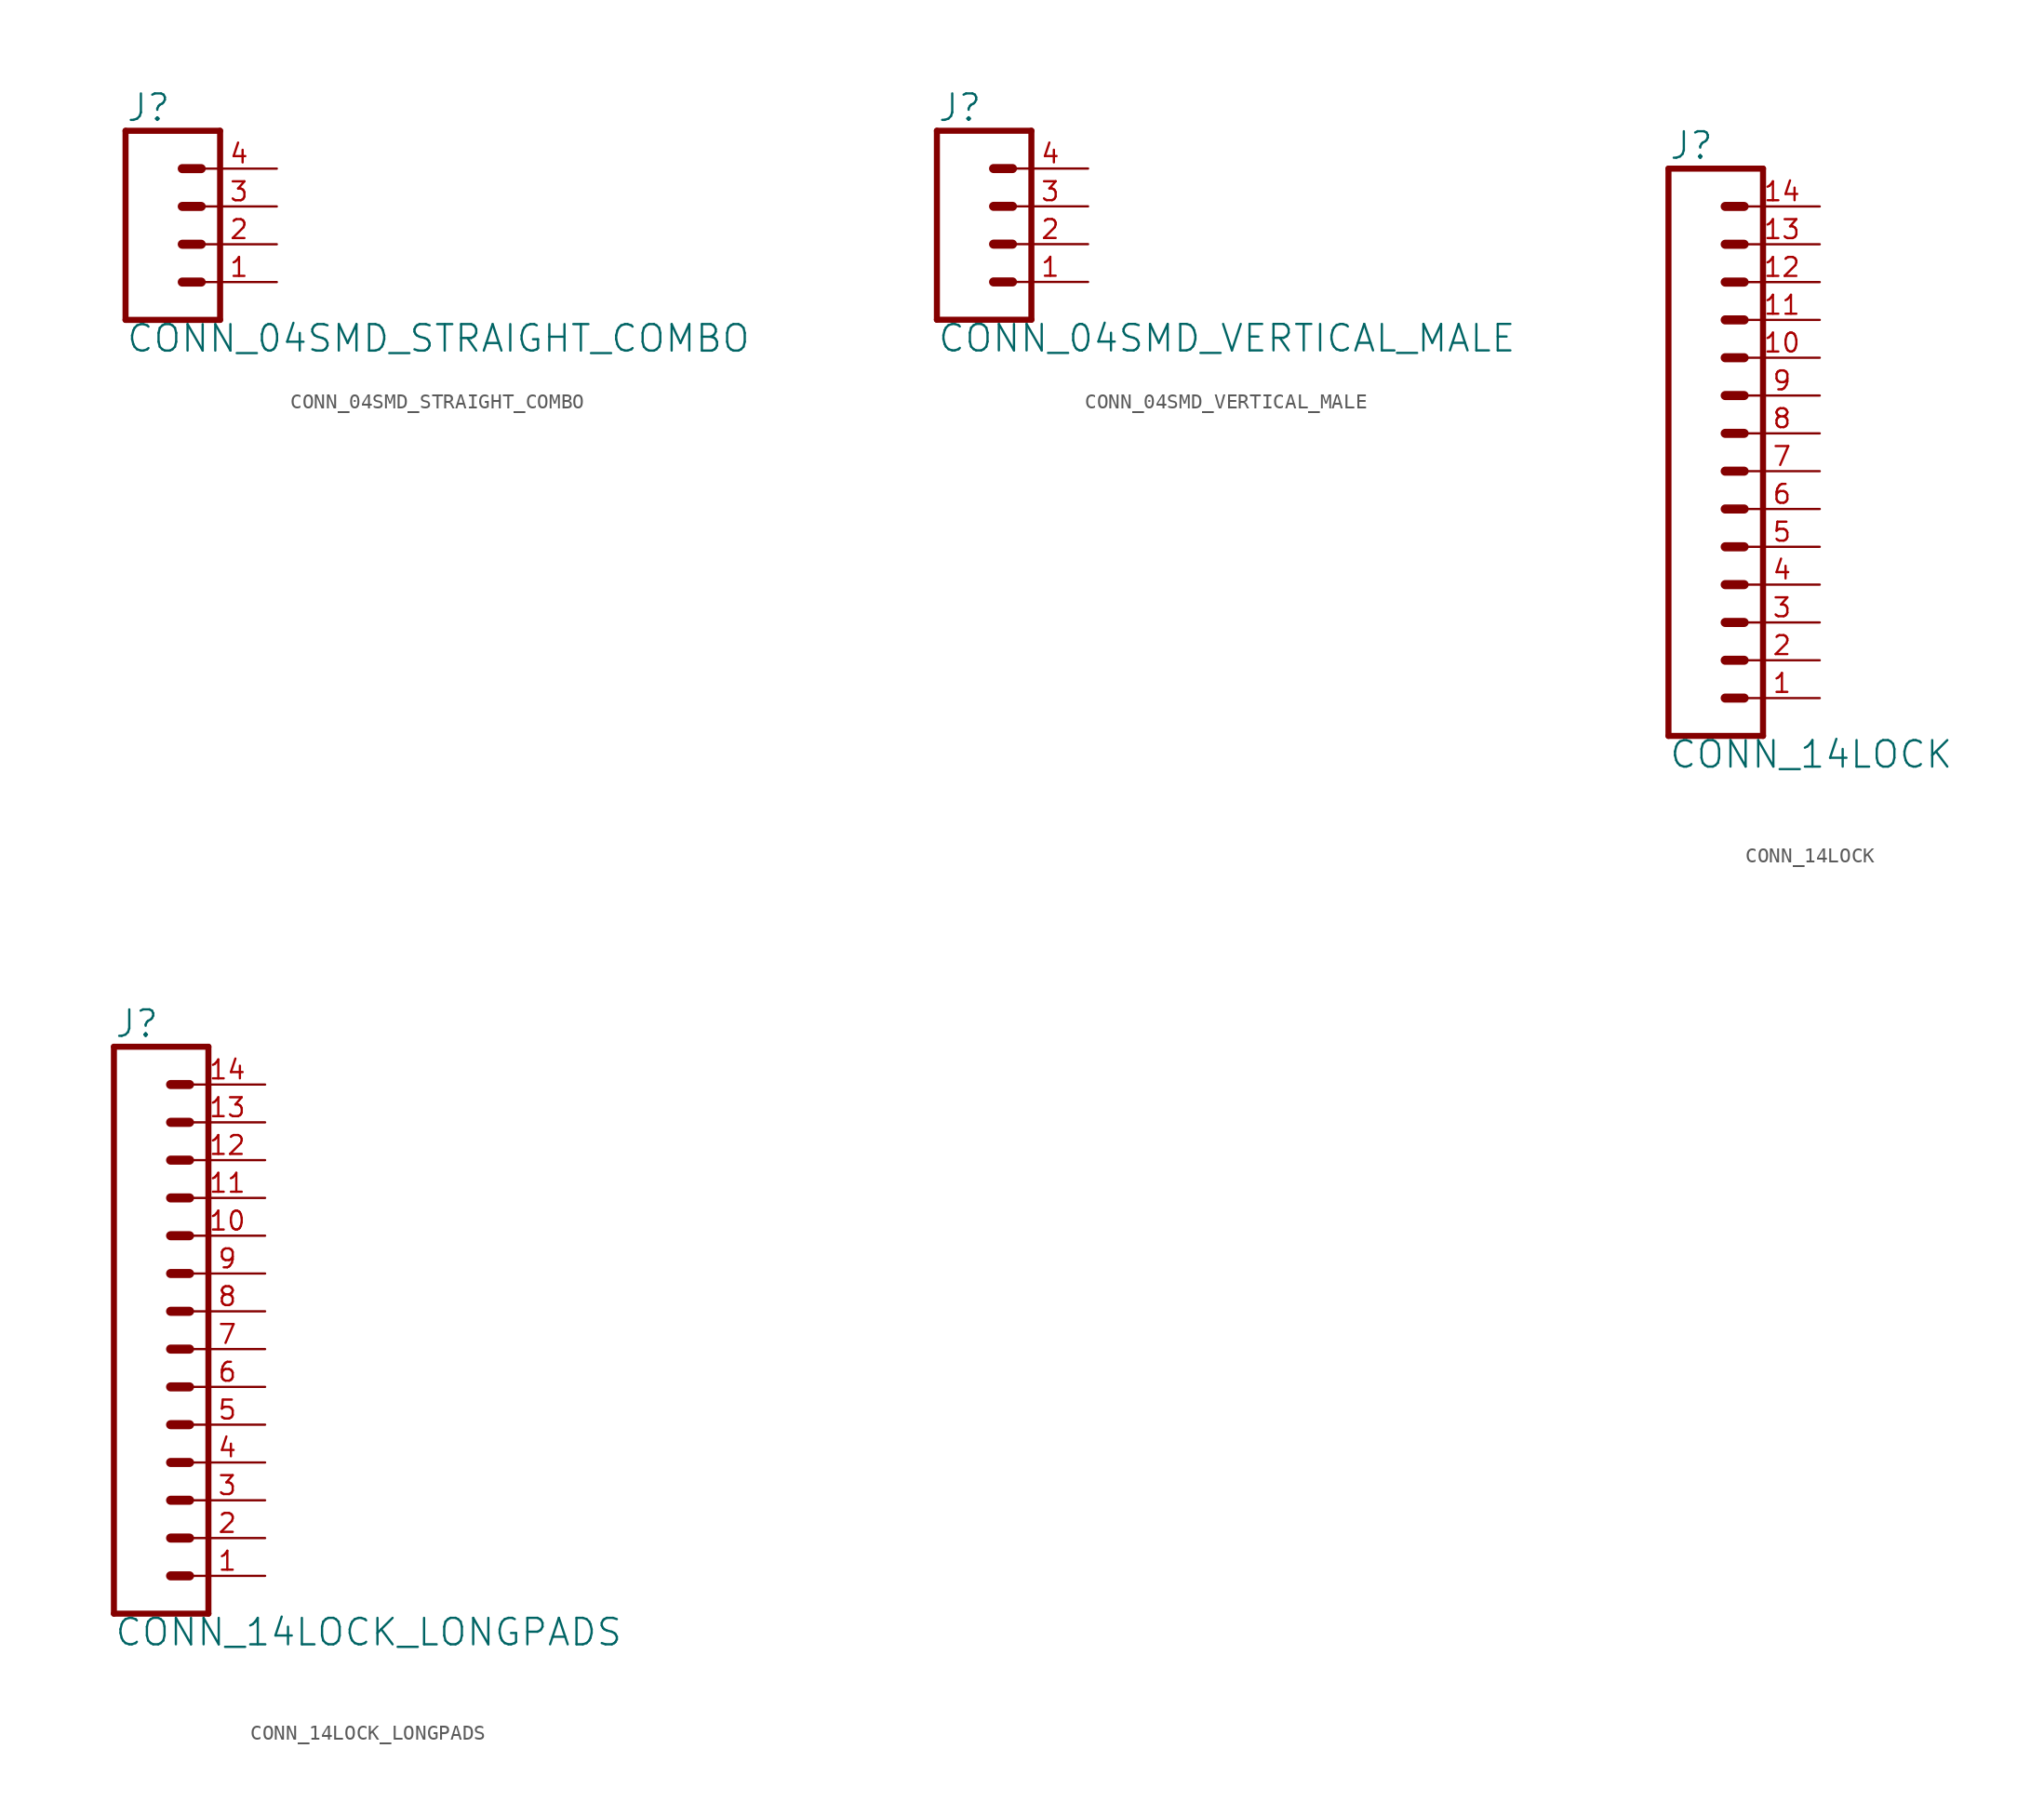
<source format=kicad_sym>
(kicad_symbol_lib
  (version 20211014)
  (generator kicad_symbol_editor)
  (symbol "CONN_04SMD_STRAIGHT_COMBO"
    (property "Reference" "J"
      (at -5.08 8.128 0)
      (effects (font (size 1.778 1.778)) (justify left bottom)))
    (property "Value" "CONN_04SMD_STRAIGHT_COMBO"
      (at -5.08 -7.366 0)
      (effects (font (size 1.778 1.778)) (justify left bottom)))
    (property "ki_locked" ""
      (at 0 0 0)
      (effects (font (size 1.27 1.27))))
    (symbol "CONN_04SMD_STRAIGHT_COMBO_1_0"
      (polyline (pts (xy -5.08 7.62) (xy -5.08 -5.08)) (stroke (width 0.406) (type default) (color 0 0 0 0)) (fill (type none)))
      (polyline (pts (xy -5.08 7.62) (xy 1.27 7.62)) (stroke (width 0.406) (type default) (color 0 0 0 0)) (fill (type none)))
      (polyline (pts (xy -1.27 -2.54) (xy 0 -2.54)) (stroke (width 0.61) (type default) (color 0 0 0 0)) (fill (type none)))
      (polyline (pts (xy -1.27 0) (xy 0 0)) (stroke (width 0.61) (type default) (color 0 0 0 0)) (fill (type none)))
      (polyline (pts (xy -1.27 2.54) (xy 0 2.54)) (stroke (width 0.61) (type default) (color 0 0 0 0)) (fill (type none)))
      (polyline (pts (xy -1.27 5.08) (xy 0 5.08)) (stroke (width 0.61) (type default) (color 0 0 0 0)) (fill (type none)))
      (polyline (pts (xy 1.27 -5.08) (xy -5.08 -5.08)) (stroke (width 0.406) (type default) (color 0 0 0 0)) (fill (type none)))
      (polyline (pts (xy 1.27 -5.08) (xy 1.27 7.62)) (stroke (width 0.406) (type default) (color 0 0 0 0)) (fill (type none)))
      (pin passive line (at 5.08 -2.54 180) (length 5.08) (name "1" (effects (font (size 0 0)))) (number "1" (effects (font (size 1.27 1.27)))))
      (pin passive line (at 5.08 0 180) (length 5.08) (name "2" (effects (font (size 0 0)))) (number "2" (effects (font (size 1.27 1.27)))))
      (pin passive line (at 5.08 2.54 180) (length 5.08) (name "3" (effects (font (size 0 0)))) (number "3" (effects (font (size 1.27 1.27)))))
      (pin passive line (at 5.08 5.08 180) (length 5.08) (name "4" (effects (font (size 0 0)))) (number "4" (effects (font (size 1.27 1.27)))))))
  (symbol "CONN_04SMD_VERTICAL_MALE"
    (property "Reference" "J"
      (at -5.08 8.128 0)
      (effects (font (size 1.778 1.778)) (justify left bottom)))
    (property "Value" "CONN_04SMD_VERTICAL_MALE"
      (at -5.08 -7.366 0)
      (effects (font (size 1.778 1.778)) (justify left bottom)))
    (property "ki_locked" ""
      (at 0 0 0)
      (effects (font (size 1.27 1.27))))
    (symbol "CONN_04SMD_VERTICAL_MALE_1_0"
      (polyline (pts (xy -5.08 7.62) (xy -5.08 -5.08)) (stroke (width 0.406) (type default) (color 0 0 0 0)) (fill (type none)))
      (polyline (pts (xy -5.08 7.62) (xy 1.27 7.62)) (stroke (width 0.406) (type default) (color 0 0 0 0)) (fill (type none)))
      (polyline (pts (xy -1.27 -2.54) (xy 0 -2.54)) (stroke (width 0.61) (type default) (color 0 0 0 0)) (fill (type none)))
      (polyline (pts (xy -1.27 0) (xy 0 0)) (stroke (width 0.61) (type default) (color 0 0 0 0)) (fill (type none)))
      (polyline (pts (xy -1.27 2.54) (xy 0 2.54)) (stroke (width 0.61) (type default) (color 0 0 0 0)) (fill (type none)))
      (polyline (pts (xy -1.27 5.08) (xy 0 5.08)) (stroke (width 0.61) (type default) (color 0 0 0 0)) (fill (type none)))
      (polyline (pts (xy 1.27 -5.08) (xy -5.08 -5.08)) (stroke (width 0.406) (type default) (color 0 0 0 0)) (fill (type none)))
      (polyline (pts (xy 1.27 -5.08) (xy 1.27 7.62)) (stroke (width 0.406) (type default) (color 0 0 0 0)) (fill (type none)))
      (pin passive line (at 5.08 -2.54 180) (length 5.08) (name "1" (effects (font (size 0 0)))) (number "1" (effects (font (size 1.27 1.27)))))
      (pin passive line (at 5.08 0 180) (length 5.08) (name "2" (effects (font (size 0 0)))) (number "2" (effects (font (size 1.27 1.27)))))
      (pin passive line (at 5.08 2.54 180) (length 5.08) (name "3" (effects (font (size 0 0)))) (number "3" (effects (font (size 1.27 1.27)))))
      (pin passive line (at 5.08 5.08 180) (length 5.08) (name "4" (effects (font (size 0 0)))) (number "4" (effects (font (size 1.27 1.27)))))))
  (symbol "CONN_14LOCK"
    (property "Reference" "J"
      (at 0 18.288 0)
      (effects (font (size 1.778 1.778)) (justify left bottom)))
    (property "Value" "CONN_14LOCK"
      (at 0 -22.606 0)
      (effects (font (size 1.778 1.778)) (justify left bottom)))
    (property "ki_locked" ""
      (at 0 0 0)
      (effects (font (size 1.27 1.27))))
    (symbol "CONN_14LOCK_1_0"
      (polyline (pts (xy 0 17.78) (xy 0 -20.32)) (stroke (width 0.406) (type default) (color 0 0 0 0)) (fill (type none)))
      (polyline (pts (xy 0 17.78) (xy 6.35 17.78)) (stroke (width 0.406) (type default) (color 0 0 0 0)) (fill (type none)))
      (polyline (pts (xy 3.81 -17.78) (xy 5.08 -17.78)) (stroke (width 0.61) (type default) (color 0 0 0 0)) (fill (type none)))
      (polyline (pts (xy 3.81 -15.24) (xy 5.08 -15.24)) (stroke (width 0.61) (type default) (color 0 0 0 0)) (fill (type none)))
      (polyline (pts (xy 3.81 -12.7) (xy 5.08 -12.7)) (stroke (width 0.61) (type default) (color 0 0 0 0)) (fill (type none)))
      (polyline (pts (xy 3.81 -10.16) (xy 5.08 -10.16)) (stroke (width 0.61) (type default) (color 0 0 0 0)) (fill (type none)))
      (polyline (pts (xy 3.81 -7.62) (xy 5.08 -7.62)) (stroke (width 0.61) (type default) (color 0 0 0 0)) (fill (type none)))
      (polyline (pts (xy 3.81 -5.08) (xy 5.08 -5.08)) (stroke (width 0.61) (type default) (color 0 0 0 0)) (fill (type none)))
      (polyline (pts (xy 3.81 -2.54) (xy 5.08 -2.54)) (stroke (width 0.61) (type default) (color 0 0 0 0)) (fill (type none)))
      (polyline (pts (xy 3.81 0) (xy 5.08 0)) (stroke (width 0.61) (type default) (color 0 0 0 0)) (fill (type none)))
      (polyline (pts (xy 3.81 2.54) (xy 5.08 2.54)) (stroke (width 0.61) (type default) (color 0 0 0 0)) (fill (type none)))
      (polyline (pts (xy 3.81 5.08) (xy 5.08 5.08)) (stroke (width 0.61) (type default) (color 0 0 0 0)) (fill (type none)))
      (polyline (pts (xy 3.81 7.62) (xy 5.08 7.62)) (stroke (width 0.61) (type default) (color 0 0 0 0)) (fill (type none)))
      (polyline (pts (xy 3.81 10.16) (xy 5.08 10.16)) (stroke (width 0.61) (type default) (color 0 0 0 0)) (fill (type none)))
      (polyline (pts (xy 3.81 12.7) (xy 5.08 12.7)) (stroke (width 0.61) (type default) (color 0 0 0 0)) (fill (type none)))
      (polyline (pts (xy 3.81 15.24) (xy 5.08 15.24)) (stroke (width 0.61) (type default) (color 0 0 0 0)) (fill (type none)))
      (polyline (pts (xy 6.35 -20.32) (xy 0 -20.32)) (stroke (width 0.406) (type default) (color 0 0 0 0)) (fill (type none)))
      (polyline (pts (xy 6.35 -20.32) (xy 6.35 17.78)) (stroke (width 0.406) (type default) (color 0 0 0 0)) (fill (type none)))
      (pin passive line (at 10.16 -17.78 180) (length 5.08) (name "1" (effects (font (size 0 0)))) (number "1" (effects (font (size 1.27 1.27)))))
      (pin passive line (at 10.16 5.08 180) (length 5.08) (name "10" (effects (font (size 0 0)))) (number "10" (effects (font (size 1.27 1.27)))))
      (pin passive line (at 10.16 7.62 180) (length 5.08) (name "11" (effects (font (size 0 0)))) (number "11" (effects (font (size 1.27 1.27)))))
      (pin passive line (at 10.16 10.16 180) (length 5.08) (name "12" (effects (font (size 0 0)))) (number "12" (effects (font (size 1.27 1.27)))))
      (pin passive line (at 10.16 12.7 180) (length 5.08) (name "13" (effects (font (size 0 0)))) (number "13" (effects (font (size 1.27 1.27)))))
      (pin passive line (at 10.16 15.24 180) (length 5.08) (name "14" (effects (font (size 0 0)))) (number "14" (effects (font (size 1.27 1.27)))))
      (pin passive line (at 10.16 -15.24 180) (length 5.08) (name "2" (effects (font (size 0 0)))) (number "2" (effects (font (size 1.27 1.27)))))
      (pin passive line (at 10.16 -12.7 180) (length 5.08) (name "3" (effects (font (size 0 0)))) (number "3" (effects (font (size 1.27 1.27)))))
      (pin passive line (at 10.16 -10.16 180) (length 5.08) (name "4" (effects (font (size 0 0)))) (number "4" (effects (font (size 1.27 1.27)))))
      (pin passive line (at 10.16 -7.62 180) (length 5.08) (name "5" (effects (font (size 0 0)))) (number "5" (effects (font (size 1.27 1.27)))))
      (pin passive line (at 10.16 -5.08 180) (length 5.08) (name "6" (effects (font (size 0 0)))) (number "6" (effects (font (size 1.27 1.27)))))
      (pin passive line (at 10.16 -2.54 180) (length 5.08) (name "7" (effects (font (size 0 0)))) (number "7" (effects (font (size 1.27 1.27)))))
      (pin passive line (at 10.16 0 180) (length 5.08) (name "8" (effects (font (size 0 0)))) (number "8" (effects (font (size 1.27 1.27)))))
      (pin passive line (at 10.16 2.54 180) (length 5.08) (name "9" (effects (font (size 0 0)))) (number "9" (effects (font (size 1.27 1.27)))))))
  (symbol "CONN_14LOCK_LONGPADS"
    (property "Reference" "J"
      (at 0 18.288 0)
      (effects (font (size 1.778 1.778)) (justify left bottom)))
    (property "Value" "CONN_14LOCK_LONGPADS"
      (at 0 -22.606 0)
      (effects (font (size 1.778 1.778)) (justify left bottom)))
    (property "ki_locked" ""
      (at 0 0 0)
      (effects (font (size 1.27 1.27))))
    (symbol "CONN_14LOCK_LONGPADS_1_0"
      (polyline (pts (xy 0 17.78) (xy 0 -20.32)) (stroke (width 0.406) (type default) (color 0 0 0 0)) (fill (type none)))
      (polyline (pts (xy 0 17.78) (xy 6.35 17.78)) (stroke (width 0.406) (type default) (color 0 0 0 0)) (fill (type none)))
      (polyline (pts (xy 3.81 -17.78) (xy 5.08 -17.78)) (stroke (width 0.61) (type default) (color 0 0 0 0)) (fill (type none)))
      (polyline (pts (xy 3.81 -15.24) (xy 5.08 -15.24)) (stroke (width 0.61) (type default) (color 0 0 0 0)) (fill (type none)))
      (polyline (pts (xy 3.81 -12.7) (xy 5.08 -12.7)) (stroke (width 0.61) (type default) (color 0 0 0 0)) (fill (type none)))
      (polyline (pts (xy 3.81 -10.16) (xy 5.08 -10.16)) (stroke (width 0.61) (type default) (color 0 0 0 0)) (fill (type none)))
      (polyline (pts (xy 3.81 -7.62) (xy 5.08 -7.62)) (stroke (width 0.61) (type default) (color 0 0 0 0)) (fill (type none)))
      (polyline (pts (xy 3.81 -5.08) (xy 5.08 -5.08)) (stroke (width 0.61) (type default) (color 0 0 0 0)) (fill (type none)))
      (polyline (pts (xy 3.81 -2.54) (xy 5.08 -2.54)) (stroke (width 0.61) (type default) (color 0 0 0 0)) (fill (type none)))
      (polyline (pts (xy 3.81 0) (xy 5.08 0)) (stroke (width 0.61) (type default) (color 0 0 0 0)) (fill (type none)))
      (polyline (pts (xy 3.81 2.54) (xy 5.08 2.54)) (stroke (width 0.61) (type default) (color 0 0 0 0)) (fill (type none)))
      (polyline (pts (xy 3.81 5.08) (xy 5.08 5.08)) (stroke (width 0.61) (type default) (color 0 0 0 0)) (fill (type none)))
      (polyline (pts (xy 3.81 7.62) (xy 5.08 7.62)) (stroke (width 0.61) (type default) (color 0 0 0 0)) (fill (type none)))
      (polyline (pts (xy 3.81 10.16) (xy 5.08 10.16)) (stroke (width 0.61) (type default) (color 0 0 0 0)) (fill (type none)))
      (polyline (pts (xy 3.81 12.7) (xy 5.08 12.7)) (stroke (width 0.61) (type default) (color 0 0 0 0)) (fill (type none)))
      (polyline (pts (xy 3.81 15.24) (xy 5.08 15.24)) (stroke (width 0.61) (type default) (color 0 0 0 0)) (fill (type none)))
      (polyline (pts (xy 6.35 -20.32) (xy 0 -20.32)) (stroke (width 0.406) (type default) (color 0 0 0 0)) (fill (type none)))
      (polyline (pts (xy 6.35 -20.32) (xy 6.35 17.78)) (stroke (width 0.406) (type default) (color 0 0 0 0)) (fill (type none)))
      (pin passive line (at 10.16 -17.78 180) (length 5.08) (name "1" (effects (font (size 0 0)))) (number "1" (effects (font (size 1.27 1.27)))))
      (pin passive line (at 10.16 5.08 180) (length 5.08) (name "10" (effects (font (size 0 0)))) (number "10" (effects (font (size 1.27 1.27)))))
      (pin passive line (at 10.16 7.62 180) (length 5.08) (name "11" (effects (font (size 0 0)))) (number "11" (effects (font (size 1.27 1.27)))))
      (pin passive line (at 10.16 10.16 180) (length 5.08) (name "12" (effects (font (size 0 0)))) (number "12" (effects (font (size 1.27 1.27)))))
      (pin passive line (at 10.16 12.7 180) (length 5.08) (name "13" (effects (font (size 0 0)))) (number "13" (effects (font (size 1.27 1.27)))))
      (pin passive line (at 10.16 15.24 180) (length 5.08) (name "14" (effects (font (size 0 0)))) (number "14" (effects (font (size 1.27 1.27)))))
      (pin passive line (at 10.16 -15.24 180) (length 5.08) (name "2" (effects (font (size 0 0)))) (number "2" (effects (font (size 1.27 1.27)))))
      (pin passive line (at 10.16 -12.7 180) (length 5.08) (name "3" (effects (font (size 0 0)))) (number "3" (effects (font (size 1.27 1.27)))))
      (pin passive line (at 10.16 -10.16 180) (length 5.08) (name "4" (effects (font (size 0 0)))) (number "4" (effects (font (size 1.27 1.27)))))
      (pin passive line (at 10.16 -7.62 180) (length 5.08) (name "5" (effects (font (size 0 0)))) (number "5" (effects (font (size 1.27 1.27)))))
      (pin passive line (at 10.16 -5.08 180) (length 5.08) (name "6" (effects (font (size 0 0)))) (number "6" (effects (font (size 1.27 1.27)))))
      (pin passive line (at 10.16 -2.54 180) (length 5.08) (name "7" (effects (font (size 0 0)))) (number "7" (effects (font (size 1.27 1.27)))))
      (pin passive line (at 10.16 0 180) (length 5.08) (name "8" (effects (font (size 0 0)))) (number "8" (effects (font (size 1.27 1.27)))))
      (pin passive line (at 10.16 2.54 180) (length 5.08) (name "9" (effects (font (size 0 0)))) (number "9" (effects (font (size 1.27 1.27))))))))
</source>
